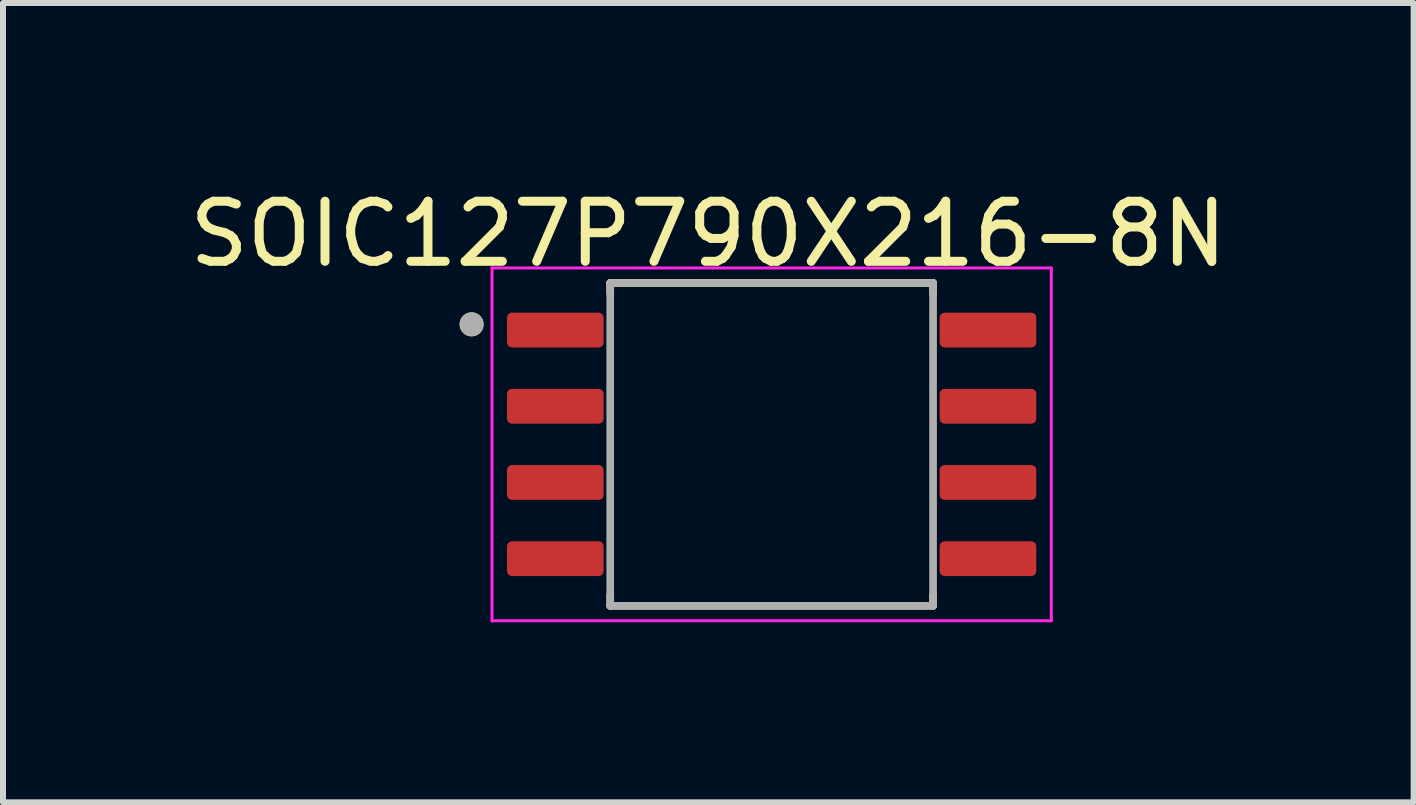
<source format=kicad_pcb>
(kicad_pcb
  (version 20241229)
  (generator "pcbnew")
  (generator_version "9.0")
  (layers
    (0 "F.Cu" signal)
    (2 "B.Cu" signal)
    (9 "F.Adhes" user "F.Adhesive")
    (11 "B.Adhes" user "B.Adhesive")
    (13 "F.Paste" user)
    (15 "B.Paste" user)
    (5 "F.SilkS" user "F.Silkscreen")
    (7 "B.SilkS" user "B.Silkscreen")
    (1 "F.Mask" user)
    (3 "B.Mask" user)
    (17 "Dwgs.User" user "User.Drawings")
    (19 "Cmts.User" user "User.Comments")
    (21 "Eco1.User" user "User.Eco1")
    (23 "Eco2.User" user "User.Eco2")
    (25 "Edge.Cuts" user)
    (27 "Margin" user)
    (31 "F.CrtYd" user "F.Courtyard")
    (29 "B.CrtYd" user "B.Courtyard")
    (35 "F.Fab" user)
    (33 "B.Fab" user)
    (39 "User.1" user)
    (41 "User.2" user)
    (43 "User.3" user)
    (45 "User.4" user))
  (footprint "SOIC127P790X216-8N"
    (layer "F.Cu")
    (at 9.809 4.355)
    (property "Reference" "SOIC127P790X216-8N" (at -1.056 -3.506 0) (layer "F.SilkS") (effects (font (size 1.001 1.001) (thickness 0.15))))
    (attr through_hole)
    (fp_line (start -2.69 -2.69) (end -2.69 -2.51) (stroke (width 0.127) (type solid)) (layer "F.SilkS"))
    (fp_line (start -2.69 -2.69) (end 2.69 -2.69) (stroke (width 0.127) (type solid)) (layer "F.SilkS"))
    (fp_line (start -2.69 2.51) (end -2.69 2.69) (stroke (width 0.127) (type solid)) (layer "F.SilkS"))
    (fp_line (start -2.69 2.69) (end 2.69 2.69) (stroke (width 0.127) (type solid)) (layer "F.SilkS"))
    (fp_line (start 2.69 -2.69) (end 2.69 -2.51) (stroke (width 0.127) (type solid)) (layer "F.SilkS"))
    (fp_line (start 2.69 2.51) (end 2.69 2.69) (stroke (width 0.127) (type solid)) (layer "F.SilkS"))
    (fp_circle (center -5 -2) (end -4.9 -2) (stroke (width 0.2) (type solid)) (fill no) (layer "F.SilkS"))
    (fp_line (start -4.66 -2.94) (end -4.66 2.94) (stroke (width 0.05) (type solid)) (layer "F.CrtYd"))
    (fp_line (start -4.66 -2.94) (end 4.66 -2.94) (stroke (width 0.05) (type solid)) (layer "F.CrtYd"))
    (fp_line (start -4.66 2.94) (end 4.66 2.94) (stroke (width 0.05) (type solid)) (layer "F.CrtYd"))
    (fp_line (start 4.66 -2.94) (end 4.66 2.94) (stroke (width 0.05) (type solid)) (layer "F.CrtYd"))
    (fp_line (start -2.69 -2.69) (end -2.69 2.69) (stroke (width 0.127) (type solid)) (layer "F.Fab"))
    (fp_line (start -2.69 -2.69) (end 2.69 -2.69) (stroke (width 0.127) (type solid)) (layer "F.Fab"))
    (fp_line (start -2.69 2.69) (end 2.69 2.69) (stroke (width 0.127) (type solid)) (layer "F.Fab"))
    (fp_line (start 2.69 -2.69) (end 2.69 2.69) (stroke (width 0.127) (type solid)) (layer "F.Fab"))
    (fp_circle (center -5 -2) (end -4.9 -2) (stroke (width 0.2) (type solid)) (fill no) (layer "F.Fab"))
    (pad "1" smd roundrect (at -3.605 -1.905) (size 1.61 0.58) (layers "F.Cu" "F.Mask" "F.Paste") (roundrect_rratio 0.14))
    (pad "2" smd roundrect (at -3.605 -0.635) (size 1.61 0.58) (layers "F.Cu" "F.Mask" "F.Paste") (roundrect_rratio 0.14))
    (pad "3" smd roundrect (at -3.605 0.635) (size 1.61 0.58) (layers "F.Cu" "F.Mask" "F.Paste") (roundrect_rratio 0.14))
    (pad "4" smd roundrect (at -3.605 1.905) (size 1.61 0.58) (layers "F.Cu" "F.Mask" "F.Paste") (roundrect_rratio 0.14))
    (pad "5" smd roundrect (at 3.605 1.905) (size 1.61 0.58) (layers "F.Cu" "F.Mask" "F.Paste") (roundrect_rratio 0.14))
    (pad "6" smd roundrect (at 3.605 0.635) (size 1.61 0.58) (layers "F.Cu" "F.Mask" "F.Paste") (roundrect_rratio 0.14))
    (pad "7" smd roundrect (at 3.605 -0.635) (size 1.61 0.58) (layers "F.Cu" "F.Mask" "F.Paste") (roundrect_rratio 0.14))
    (pad "8" smd roundrect (at 3.605 -1.905) (size 1.61 0.58) (layers "F.Cu" "F.Mask" "F.Paste") (roundrect_rratio 0.14)))
  (gr_rect
    (start -3 -3)
    (end 20.507 10.32)
    (stroke (width 0.1) (type default))
    (fill no)
    (layer "Edge.Cuts")))
</source>
